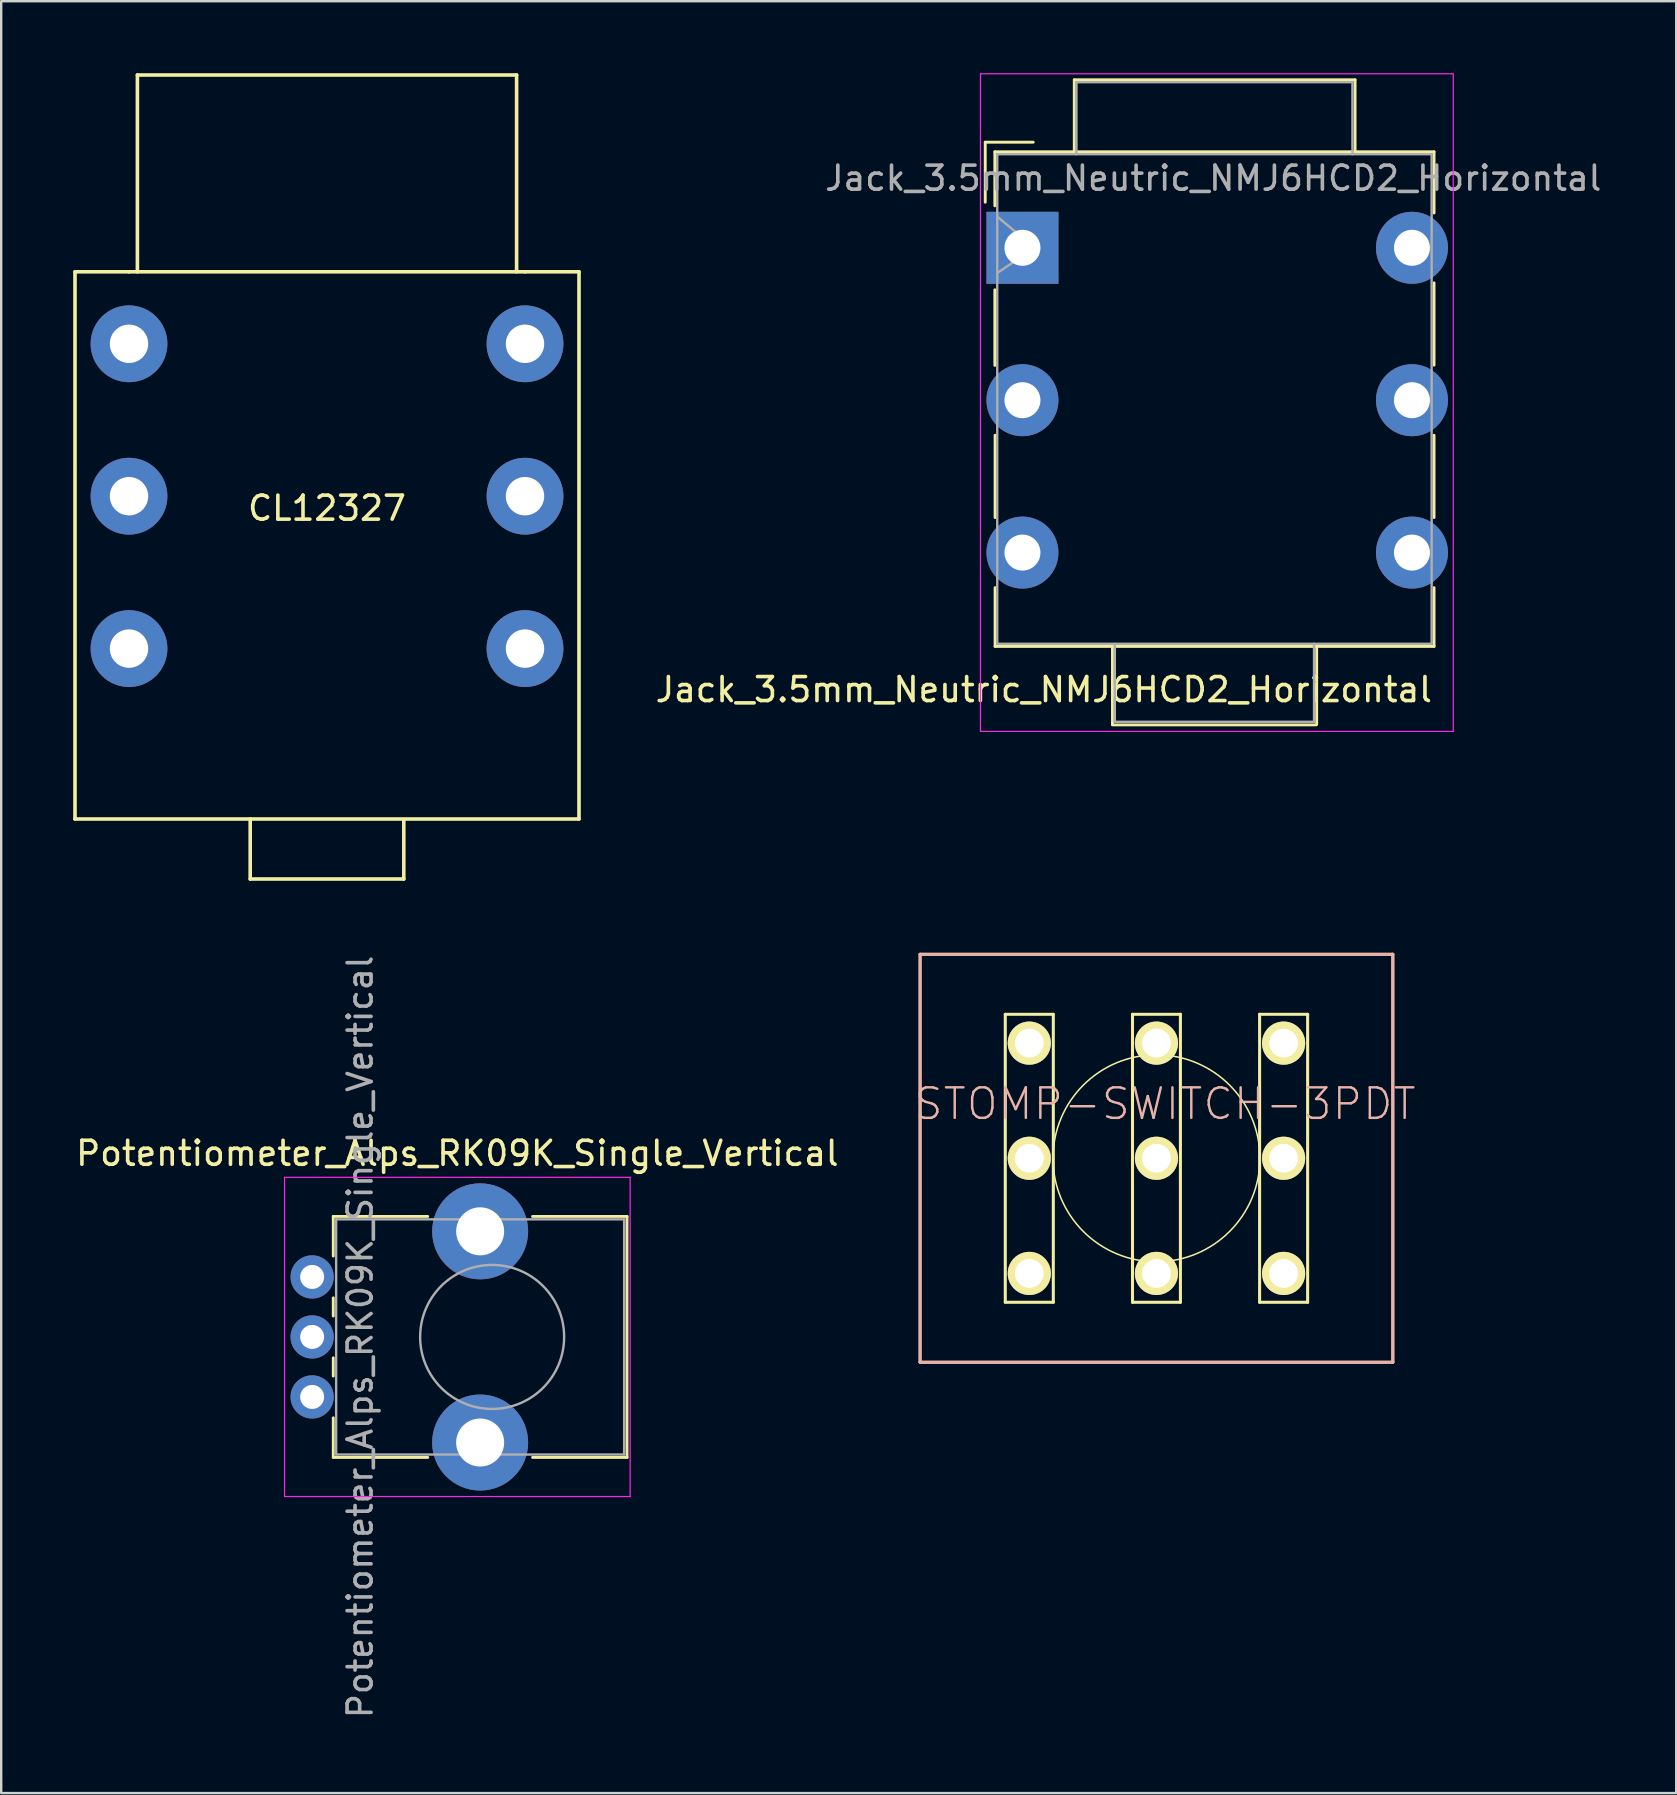
<source format=kicad_pcb>
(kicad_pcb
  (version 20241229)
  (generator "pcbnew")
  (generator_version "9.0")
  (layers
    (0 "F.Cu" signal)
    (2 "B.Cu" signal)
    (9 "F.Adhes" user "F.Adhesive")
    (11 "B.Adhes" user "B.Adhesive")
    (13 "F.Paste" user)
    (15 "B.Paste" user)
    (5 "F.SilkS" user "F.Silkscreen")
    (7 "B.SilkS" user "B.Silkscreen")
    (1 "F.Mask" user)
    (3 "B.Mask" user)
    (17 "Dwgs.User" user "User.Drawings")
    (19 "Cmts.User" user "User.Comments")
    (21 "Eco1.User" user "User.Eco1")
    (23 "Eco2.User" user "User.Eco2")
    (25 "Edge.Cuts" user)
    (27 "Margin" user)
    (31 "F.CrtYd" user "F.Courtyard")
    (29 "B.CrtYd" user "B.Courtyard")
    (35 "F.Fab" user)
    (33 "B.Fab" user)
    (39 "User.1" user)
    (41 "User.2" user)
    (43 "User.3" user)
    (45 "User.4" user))
  (footprint "STOMP-SWITCH-3PDT"
    (layer "F.Cu")
    (at 45.136 45.212)
    (property "Reference" "STOMP-SWITCH-3PDT" (at 0.363 -2.268 0) (layer "B.SilkS") (effects (font (size 1.27 1.27) (thickness 0.102))))
    (attr exclude_from_pos_files exclude_from_bom)
    (fp_line (start -6.299 -5.999) (end -6.299 5.999) (stroke (width 0.127) (type solid)) (layer "F.SilkS"))
    (fp_line (start -6.299 5.999) (end -4.298 5.999) (stroke (width 0.127) (type solid)) (layer "F.SilkS"))
    (fp_line (start -4.298 -5.999) (end -6.299 -5.999) (stroke (width 0.127) (type solid)) (layer "F.SilkS"))
    (fp_line (start -4.298 5.999) (end -4.298 -5.999) (stroke (width 0.127) (type solid)) (layer "F.SilkS"))
    (fp_line (start -0.998 -5.999) (end 0.998 -5.999) (stroke (width 0.127) (type solid)) (layer "F.SilkS"))
    (fp_line (start -0.998 5.999) (end -0.998 -5.999) (stroke (width 0.127) (type solid)) (layer "F.SilkS"))
    (fp_line (start 0.998 -5.999) (end 0.998 5.999) (stroke (width 0.127) (type solid)) (layer "F.SilkS"))
    (fp_line (start 0.998 5.999) (end -0.998 5.999) (stroke (width 0.127) (type solid)) (layer "F.SilkS"))
    (fp_line (start 4.298 -5.999) (end 4.298 5.999) (stroke (width 0.127) (type solid)) (layer "F.SilkS"))
    (fp_line (start 4.298 5.999) (end 6.299 5.999) (stroke (width 0.127) (type solid)) (layer "F.SilkS"))
    (fp_line (start 6.299 -5.999) (end 4.298 -5.999) (stroke (width 0.127) (type solid)) (layer "F.SilkS"))
    (fp_line (start 6.299 5.999) (end 6.299 -5.999) (stroke (width 0.127) (type solid)) (layer "F.SilkS"))
    (fp_circle (center 0 0) (end -3.048 3.048) (stroke (width 0.064) (type solid)) (fill no) (layer "F.SilkS"))
    (fp_line (start -9.848 -8.499) (end -9.848 8.499) (stroke (width 0.127) (type solid)) (layer "B.SilkS"))
    (fp_line (start -9.848 -8.499) (end 9.848 -8.499) (stroke (width 0.127) (type solid)) (layer "B.SilkS"))
    (fp_line (start -9.848 8.499) (end -9.848 -8.499) (stroke (width 0.127) (type solid)) (layer "B.SilkS"))
    (fp_line (start -9.848 8.499) (end 9.848 8.499) (stroke (width 0.127) (type solid)) (layer "B.SilkS"))
    (fp_line (start 9.848 -8.499) (end -9.848 -8.499) (stroke (width 0.127) (type solid)) (layer "B.SilkS"))
    (fp_line (start 9.848 -8.499) (end 9.848 8.499) (stroke (width 0.127) (type solid)) (layer "B.SilkS"))
    (fp_line (start 9.848 8.499) (end -9.848 8.499) (stroke (width 0.127) (type solid)) (layer "B.SilkS"))
    (fp_line (start 9.848 8.499) (end 9.848 -8.499) (stroke (width 0.127) (type solid)) (layer "B.SilkS"))
    (pad "P$1" thru_hole circle (at -5.298 -4.798) (size 1.798 1.798) (drill 1.199) (layers "*.Cu" "F.Mask" "F.SilkS" "F.Paste"))
    (pad "P$2" thru_hole circle (at -5.298 0) (size 1.798 1.798) (drill 1.199) (layers "*.Cu" "F.Mask" "F.SilkS" "F.Paste"))
    (pad "P$3" thru_hole circle (at -5.298 4.798) (size 1.798 1.798) (drill 1.199) (layers "*.Cu" "F.Mask" "F.SilkS" "F.Paste"))
    (pad "P$4" thru_hole circle (at 0 -4.798) (size 1.798 1.798) (drill 1.199) (layers "*.Cu" "F.Mask" "F.SilkS" "F.Paste"))
    (pad "P$5" thru_hole circle (at 0 0) (size 1.798 1.798) (drill 1.199) (layers "*.Cu" "F.Mask" "F.SilkS" "F.Paste"))
    (pad "P$6" thru_hole circle (at 0 4.798) (size 1.798 1.798) (drill 1.199) (layers "*.Cu" "F.Mask" "F.SilkS" "F.Paste"))
    (pad "P$7" thru_hole circle (at 5.298 -4.798) (size 1.798 1.798) (drill 1.199) (layers "*.Cu" "F.Mask" "F.SilkS" "F.Paste"))
    (pad "P$8" thru_hole circle (at 5.298 0) (size 1.798 1.798) (drill 1.199) (layers "*.Cu" "F.Mask" "F.SilkS" "F.Paste"))
    (pad "P$9" thru_hole circle (at 5.298 4.798) (size 1.798 1.798) (drill 1.199) (layers "*.Cu" "F.Mask" "F.SilkS" "F.Paste")))
  (footprint "Potentiometer_Alps_RK09K_Single_Vertical"
    (layer "F.Cu")
    (at 16.156 52.556)
    (property "Reference" "Potentiometer_Alps_RK09K_Single_Vertical" (at -0.15 -7.55 0) (layer "F.SilkS") (effects (font (size 1 1) (thickness 0.15))))
    (attr through_hole)
    (fp_line (start -5.32 -4.921) (end -5.32 -3.271) (stroke (width 0.12) (type solid)) (layer "F.SilkS"))
    (fp_line (start -5.32 -4.921) (end -1.383 -4.921) (stroke (width 0.12) (type solid)) (layer "F.SilkS"))
    (fp_line (start -5.32 -1.529) (end -5.32 -0.77) (stroke (width 0.12) (type solid)) (layer "F.SilkS"))
    (fp_line (start -5.32 0.971) (end -5.32 1.73) (stroke (width 0.12) (type solid)) (layer "F.SilkS"))
    (fp_line (start -5.32 3.47) (end -5.32 5.12) (stroke (width 0.12) (type solid)) (layer "F.SilkS"))
    (fp_line (start -5.32 5.12) (end -1.383 5.12) (stroke (width 0.12) (type solid)) (layer "F.SilkS"))
    (fp_line (start 2.984 -4.921) (end 6.92 -4.921) (stroke (width 0.12) (type solid)) (layer "F.SilkS"))
    (fp_line (start 2.984 5.12) (end 6.92 5.12) (stroke (width 0.12) (type solid)) (layer "F.SilkS"))
    (fp_line (start 6.92 -4.921) (end 6.92 5.12) (stroke (width 0.12) (type solid)) (layer "F.SilkS"))
    (fp_line (start -7.35 -6.55) (end -7.35 6.75) (stroke (width 0.05) (type solid)) (layer "F.CrtYd"))
    (fp_line (start -7.35 6.75) (end 7.05 6.75) (stroke (width 0.05) (type solid)) (layer "F.CrtYd"))
    (fp_line (start 7.05 -6.55) (end -7.35 -6.55) (stroke (width 0.05) (type solid)) (layer "F.CrtYd"))
    (fp_line (start 7.05 6.75) (end 7.05 -6.55) (stroke (width 0.05) (type solid)) (layer "F.CrtYd"))
    (fp_line (start -5.2 -4.8) (end -5.2 5) (stroke (width 0.1) (type solid)) (layer "F.Fab"))
    (fp_line (start -5.2 5) (end 6.8 5) (stroke (width 0.1) (type solid)) (layer "F.Fab"))
    (fp_line (start 6.8 -4.8) (end -5.2 -4.8) (stroke (width 0.1) (type solid)) (layer "F.Fab"))
    (fp_line (start 6.8 5) (end 6.8 -4.8) (stroke (width 0.1) (type solid)) (layer "F.Fab"))
    (fp_circle (center 1.3 0.1) (end 4.3 0.1) (stroke (width 0.1) (type solid)) (fill no) (layer "F.Fab"))
    (fp_text user "${REFERENCE}" (at -4.2 0.1 90) (layer "F.Fab") (effects (font (size 1 1) (thickness 0.15))))
    (pad "" np_thru_hole circle (at 0.8 -4.3) (size 4 4) (drill 2) (layers "*.Cu" "*.Mask"))
    (pad "" np_thru_hole circle (at 0.8 4.5) (size 4 4) (drill 2) (layers "*.Cu" "*.Mask"))
    (pad "1" thru_hole circle (at -6.2 2.6) (size 1.8 1.8) (drill 1) (layers "*.Cu" "*.Mask"))
    (pad "2" thru_hole circle (at -6.2 0.1) (size 1.8 1.8) (drill 1) (layers "*.Cu" "*.Mask"))
    (pad "3" thru_hole circle (at -6.2 -2.4) (size 1.8 1.8) (drill 1) (layers "*.Cu" "*.Mask")))
  (footprint "Jack_3.5mm_Neutric_NMJ6HCD2_Horizontal"
    (layer "F.Cu")
    (at 47.352 13.675)
    (property "Reference" "Jack_3.5mm_Neutric_NMJ6HCD2_Horizontal" (at -6.91 12.01 0) (layer "F.SilkS") (effects (font (size 1 1) (thickness 0.15))))
    (attr through_hole)
    (fp_line (start -9.35 -10.8) (end -9.35 -8.3) (stroke (width 0.12) (type solid)) (layer "F.SilkS"))
    (fp_line (start -8.95 -10.4) (end 9.35 -10.4) (stroke (width 0.12) (type solid)) (layer "F.SilkS"))
    (fp_line (start -8.95 -8.15) (end -8.95 -10.4) (stroke (width 0.12) (type solid)) (layer "F.SilkS"))
    (fp_line (start -8.95 -1.5) (end -8.95 -4.65) (stroke (width 0.12) (type solid)) (layer "F.SilkS"))
    (fp_line (start -8.94 4.84) (end -8.94 1.41) (stroke (width 0.12) (type solid)) (layer "F.SilkS"))
    (fp_line (start -8.94 10.21) (end -8.94 7.76) (stroke (width 0.12) (type solid)) (layer "F.SilkS"))
    (fp_line (start -8.94 10.21) (end 9.35 10.21) (stroke (width 0.12) (type solid)) (layer "F.SilkS"))
    (fp_line (start -7.35 -10.8) (end -9.35 -10.8) (stroke (width 0.12) (type solid)) (layer "F.SilkS"))
    (fp_line (start -5.64 -13.4) (end -5.64 -10.4) (stroke (width 0.12) (type solid)) (layer "F.SilkS"))
    (fp_line (start -5.64 -13.4) (end 6.06 -13.4) (stroke (width 0.12) (type solid)) (layer "F.SilkS"))
    (fp_line (start -4.05 10.24) (end -4.05 13.46) (stroke (width 0.12) (type solid)) (layer "F.SilkS"))
    (fp_line (start -4.05 13.48) (end 4.43 13.48) (stroke (width 0.12) (type solid)) (layer "F.SilkS"))
    (fp_line (start 4.46 10.24) (end 4.46 13.46) (stroke (width 0.12) (type solid)) (layer "F.SilkS"))
    (fp_line (start 6.06 -13.4) (end 6.06 -10.4) (stroke (width 0.12) (type solid)) (layer "F.SilkS"))
    (fp_line (start 9.35 -10.4) (end 9.35 -7.85) (stroke (width 0.12) (type solid)) (layer "F.SilkS"))
    (fp_line (start 9.35 -4.94) (end 9.35 -1.51) (stroke (width 0.12) (type solid)) (layer "F.SilkS"))
    (fp_line (start 9.35 1.41) (end 9.35 4.84) (stroke (width 0.12) (type solid)) (layer "F.SilkS"))
    (fp_line (start 9.35 10.21) (end 9.35 7.76) (stroke (width 0.12) (type solid)) (layer "F.SilkS"))
    (fp_line (start -9.55 -13.65) (end -9.55 13.75) (stroke (width 0.05) (type solid)) (layer "F.CrtYd"))
    (fp_line (start -9.55 -13.65) (end 10.15 -13.65) (stroke (width 0.05) (type solid)) (layer "F.CrtYd"))
    (fp_line (start -9.55 13.75) (end 10.15 13.75) (stroke (width 0.05) (type solid)) (layer "F.CrtYd"))
    (fp_line (start 10.15 13.75) (end 10.15 -13.65) (stroke (width 0.05) (type solid)) (layer "F.CrtYd"))
    (fp_line (start -8.85 -10.3) (end 9.25 -10.3) (stroke (width 0.1) (type solid)) (layer "F.Fab"))
    (fp_line (start -8.85 -7.7) (end -7.3 -6.4) (stroke (width 0.1) (type solid)) (layer "F.Fab"))
    (fp_line (start -8.85 10.1) (end -8.85 -10.3) (stroke (width 0.1) (type solid)) (layer "F.Fab"))
    (fp_line (start -7.3 -6.4) (end -8.85 -5.35) (stroke (width 0.1) (type solid)) (layer "F.Fab"))
    (fp_line (start -5.55 -13.3) (end 5.95 -13.3) (stroke (width 0.1) (type solid)) (layer "F.Fab"))
    (fp_line (start -5.55 -10.3) (end -5.55 -13.3) (stroke (width 0.1) (type solid)) (layer "F.Fab"))
    (fp_line (start -3.95 10.1) (end -3.95 13.35) (stroke (width 0.1) (type solid)) (layer "F.Fab"))
    (fp_line (start -3.95 13.35) (end 4.35 13.35) (stroke (width 0.1) (type solid)) (layer "F.Fab"))
    (fp_line (start 4.35 13.35) (end 4.35 10.1) (stroke (width 0.1) (type solid)) (layer "F.Fab"))
    (fp_line (start 5.95 -13.3) (end 5.95 -10.3) (stroke (width 0.1) (type solid)) (layer "F.Fab"))
    (fp_line (start 9.25 -10.3) (end 9.25 10.1) (stroke (width 0.1) (type solid)) (layer "F.Fab"))
    (fp_line (start 9.25 10.1) (end -8.85 10.1) (stroke (width 0.1) (type solid)) (layer "F.Fab"))
    (fp_text user "${REFERENCE}" (at 0.15 -9.3 0) (layer "F.Fab") (effects (font (size 1 1) (thickness 0.15))))
    (pad "1" thru_hole rect (at -7.8 -6.4) (size 3 3) (drill 1.5) (layers "*.Cu" "*.Mask"))
    (pad "2" thru_hole circle (at -7.8 6.3) (size 3 3) (drill 1.5) (layers "*.Cu" "*.Mask"))
    (pad "3" thru_hole circle (at -7.8 -0.05) (size 3 3) (drill 1.5) (layers "*.Cu" "*.Mask"))
    (pad "4" thru_hole circle (at 8.43 -6.4) (size 3 3) (drill 1.5) (layers "*.Cu" "*.Mask"))
    (pad "5" thru_hole circle (at 8.43 6.3) (size 3 3) (drill 1.5) (layers "*.Cu" "*.Mask"))
    (pad "6" thru_hole circle (at 8.43 -0.05) (size 3 3) (drill 1.5) (layers "*.Cu" "*.Mask")))
  (footprint "CL12327"
    (layer "F.Cu")
    (at 10.575 17.625)
    (property "Reference" "CL12327" (at 0 0.5 0) (layer "F.SilkS") (effects (font (size 1 1) (thickness 0.15))))
    (attr through_hole)
    (fp_line (start -10.5 -9.35) (end -10.5 13.45) (stroke (width 0.15) (type solid)) (layer "F.SilkS"))
    (fp_line (start -10.5 -9.35) (end -8.25 -9.35) (stroke (width 0.15) (type solid)) (layer "F.SilkS"))
    (fp_line (start -8.25 -9.35) (end 8.25 -9.35) (stroke (width 0.15) (type solid)) (layer "F.SilkS"))
    (fp_line (start -7.9 -17.55) (end 7.9 -17.55) (stroke (width 0.15) (type solid)) (layer "F.SilkS"))
    (fp_line (start -7.9 -9.35) (end -7.9 -17.55) (stroke (width 0.15) (type solid)) (layer "F.SilkS"))
    (fp_line (start -3.2 13.45) (end -3.2 15.95) (stroke (width 0.15) (type solid)) (layer "F.SilkS"))
    (fp_line (start -3.2 15.95) (end 3.2 15.95) (stroke (width 0.15) (type solid)) (layer "F.SilkS"))
    (fp_line (start 3.2 15.95) (end 3.2 13.5) (stroke (width 0.15) (type solid)) (layer "F.SilkS"))
    (fp_line (start 7.9 -17.55) (end 7.9 -9.35) (stroke (width 0.15) (type solid)) (layer "F.SilkS"))
    (fp_line (start 8.25 -9.35) (end 10.5 -9.35) (stroke (width 0.15) (type solid)) (layer "F.SilkS"))
    (fp_line (start 10.5 13.45) (end -10.5 13.45) (stroke (width 0.15) (type solid)) (layer "F.SilkS"))
    (fp_line (start 10.5 13.45) (end 10.5 -9.35) (stroke (width 0.15) (type solid)) (layer "F.SilkS"))
    (pad "1" thru_hole circle (at -8.25 -6.35) (size 3.2 3.2) (drill 1.6) (layers "*.Cu" "*.Mask"))
    (pad "2" thru_hole circle (at -8.25 0) (size 3.2 3.2) (drill 1.6) (layers "*.Cu" "*.Mask"))
    (pad "3" thru_hole circle (at -8.25 6.35) (size 3.2 3.2) (drill 1.6) (layers "*.Cu" "*.Mask"))
    (pad "4" thru_hole circle (at 8.25 -6.35) (size 3.2 3.2) (drill 1.6) (layers "*.Cu" "*.Mask"))
    (pad "5" thru_hole circle (at 8.25 0) (size 3.2 3.2) (drill 1.6) (layers "*.Cu" "*.Mask"))
    (pad "6" thru_hole circle (at 8.25 6.35) (size 3.2 3.2) (drill 1.6) (layers "*.Cu" "*.Mask")))
  (gr_rect
    (start -3 -3)
    (end 66.793 71.662)
    (stroke (width 0.1) (type default))
    (fill no)
    (layer "Edge.Cuts")))
</source>
